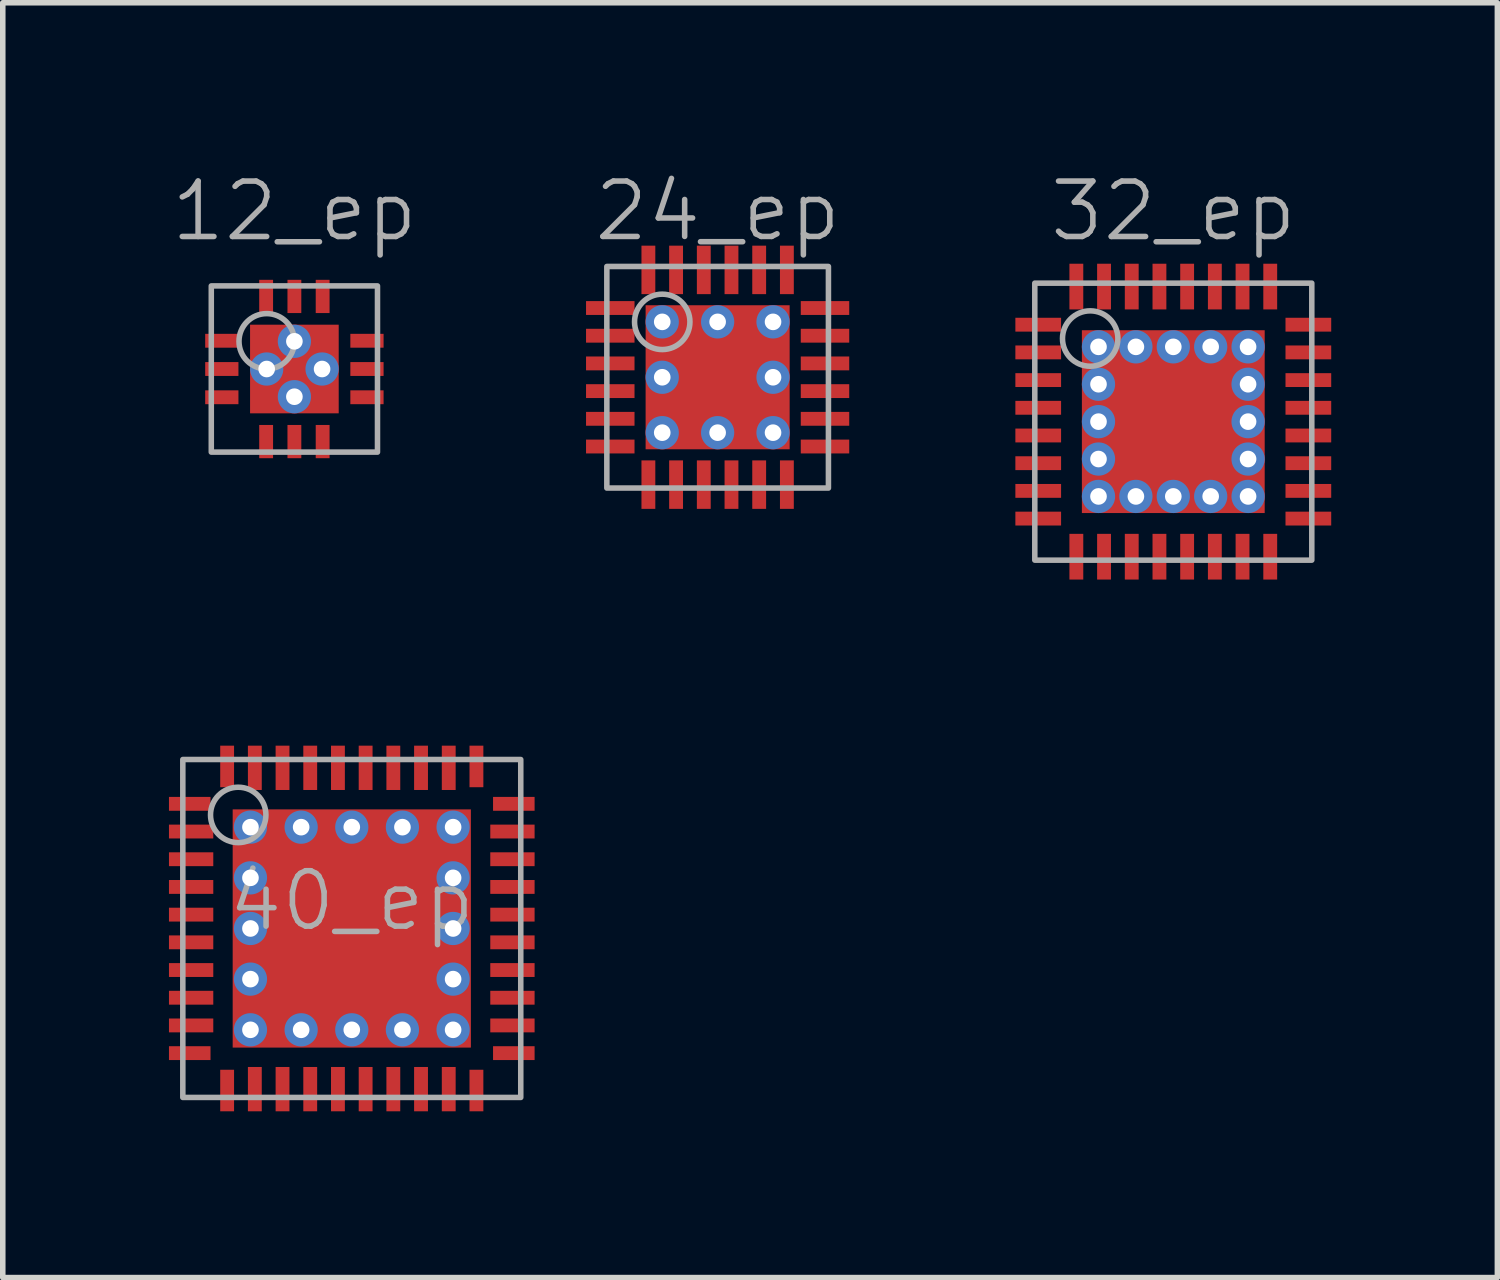
<source format=kicad_pcb>
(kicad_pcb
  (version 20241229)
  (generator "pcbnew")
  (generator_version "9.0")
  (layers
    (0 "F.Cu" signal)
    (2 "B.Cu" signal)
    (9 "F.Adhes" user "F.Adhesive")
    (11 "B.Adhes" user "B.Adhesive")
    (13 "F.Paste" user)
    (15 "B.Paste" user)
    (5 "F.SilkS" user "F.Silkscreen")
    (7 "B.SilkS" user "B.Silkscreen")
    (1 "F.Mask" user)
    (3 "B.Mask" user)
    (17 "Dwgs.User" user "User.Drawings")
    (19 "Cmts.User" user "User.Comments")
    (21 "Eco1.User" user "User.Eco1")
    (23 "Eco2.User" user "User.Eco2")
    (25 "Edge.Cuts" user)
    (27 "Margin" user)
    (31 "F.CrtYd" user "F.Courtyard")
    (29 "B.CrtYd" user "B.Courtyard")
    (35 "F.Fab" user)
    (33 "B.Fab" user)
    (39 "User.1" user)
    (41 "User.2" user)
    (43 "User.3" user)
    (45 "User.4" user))
  (footprint "24_ep"
    (layer "F.Cu")
    (at 9.904 3.76)
    (property "Reference" "24_ep" (at 0 -3 0) (layer "F.Fab") (effects (font (size 1 1) (thickness 0.1))))
    (attr smd)
    (fp_rect (start -2 2) (end 2 -2) (stroke (width 0.1) (type default)) (fill no) (layer "F.Fab"))
    (fp_circle (center -1 -1) (end -0.5 -1) (stroke (width 0.1) (type default)) (fill no) (layer "F.Fab"))
    (pad "1" smd rect (at -1.938 -1.25) (size 0.875 0.25) (layers "F.Cu" "F.Mask" "F.Paste"))
    (pad "2" smd rect (at -1.938 -0.75) (size 0.875 0.25) (layers "F.Cu" "F.Mask" "F.Paste"))
    (pad "3" smd rect (at -1.938 -0.25) (size 0.875 0.25) (layers "F.Cu" "F.Mask" "F.Paste"))
    (pad "4" smd rect (at -1.938 0.25) (size 0.875 0.25) (layers "F.Cu" "F.Mask" "F.Paste"))
    (pad "5" smd rect (at -1.938 0.75) (size 0.875 0.25) (layers "F.Cu" "F.Mask" "F.Paste"))
    (pad "6" smd rect (at -1.938 1.25) (size 0.875 0.25) (layers "F.Cu" "F.Mask" "F.Paste"))
    (pad "7" smd rect (at -1.25 1.938) (size 0.25 0.875) (layers "F.Cu" "F.Mask" "F.Paste"))
    (pad "8" smd rect (at -0.75 1.938) (size 0.25 0.875) (layers "F.Cu" "F.Mask" "F.Paste"))
    (pad "9" smd rect (at -0.25 1.938) (size 0.25 0.875) (layers "F.Cu" "F.Mask" "F.Paste"))
    (pad "10" smd rect (at 0.25 1.938) (size 0.25 0.875) (layers "F.Cu" "F.Mask" "F.Paste"))
    (pad "11" smd rect (at 0.75 1.938) (size 0.25 0.875) (layers "F.Cu" "F.Mask" "F.Paste"))
    (pad "12" smd rect (at 1.25 1.938) (size 0.25 0.875) (layers "F.Cu" "F.Mask" "F.Paste"))
    (pad "13" smd rect (at 1.938 1.25) (size 0.875 0.25) (layers "F.Cu" "F.Mask" "F.Paste"))
    (pad "14" smd rect (at 1.938 0.75) (size 0.875 0.25) (layers "F.Cu" "F.Mask" "F.Paste"))
    (pad "15" smd rect (at 1.938 0.25) (size 0.875 0.25) (layers "F.Cu" "F.Mask" "F.Paste"))
    (pad "16" smd rect (at 1.938 -0.25) (size 0.875 0.25) (layers "F.Cu" "F.Mask" "F.Paste"))
    (pad "17" smd rect (at 1.938 -0.75) (size 0.875 0.25) (layers "F.Cu" "F.Mask" "F.Paste"))
    (pad "18" smd rect (at 1.938 -1.25) (size 0.875 0.25) (layers "F.Cu" "F.Mask" "F.Paste"))
    (pad "19" smd rect (at 1.25 -1.938) (size 0.25 0.875) (layers "F.Cu" "F.Mask" "F.Paste"))
    (pad "20" smd rect (at 0.75 -1.938) (size 0.25 0.875) (layers "F.Cu" "F.Mask" "F.Paste"))
    (pad "21" smd rect (at 0.25 -1.938) (size 0.25 0.875) (layers "F.Cu" "F.Mask" "F.Paste"))
    (pad "22" smd rect (at -0.25 -1.938) (size 0.25 0.875) (layers "F.Cu" "F.Mask" "F.Paste"))
    (pad "23" smd rect (at -0.75 -1.938) (size 0.25 0.875) (layers "F.Cu" "F.Mask" "F.Paste"))
    (pad "24" smd rect (at -1.25 -1.938) (size 0.25 0.875) (layers "F.Cu" "F.Mask" "F.Paste"))
    (pad "25" thru_hole circle (at -1 -1) (size 0.6 0.6) (drill 0.3) (layers "*.Cu"))
    (pad "25" thru_hole circle (at -1 0) (size 0.6 0.6) (drill 0.3) (layers "*.Cu"))
    (pad "25" thru_hole circle (at -1 1) (size 0.6 0.6) (drill 0.3) (layers "*.Cu"))
    (pad "25" thru_hole circle (at 0 -1) (size 0.6 0.6) (drill 0.3) (layers "*.Cu"))
    (pad "25" smd rect (at 0 0) (size 2.6 2.6) (layers "F.Cu" "F.Mask" "F.Paste"))
    (pad "25" thru_hole circle (at 0 1) (size 0.6 0.6) (drill 0.3) (layers "*.Cu"))
    (pad "25" thru_hole circle (at 1 -1) (size 0.6 0.6) (drill 0.3) (layers "*.Cu"))
    (pad "25" thru_hole circle (at 1 0) (size 0.6 0.6) (drill 0.3) (layers "*.Cu"))
    (pad "25" thru_hole circle (at 1 1) (size 0.6 0.6) (drill 0.3) (layers "*.Cu")))
  (footprint "12_ep"
    (layer "F.Cu")
    (at 2.264 3.611)
    (property "Reference" "12_ep" (at 0 -2.85 0) (unlocked yes) (layer "F.Fab") (effects (font (size 1 1) (thickness 0.1))))
    (attr smd)
    (fp_rect (start -1.5 1.5) (end 1.5 -1.5) (stroke (width 0.1) (type default)) (fill no) (layer "F.Fab"))
    (fp_circle (center -0.5 -0.5) (end 0 -0.5) (stroke (width 0.1) (type default)) (fill no) (layer "F.Fab"))
    (pad "1" smd rect (at -1.31 -0.51) (size 0.6 0.25) (layers "F.Cu" "F.Mask" "F.Paste"))
    (pad "2" smd rect (at -1.31 0) (size 0.6 0.25) (layers "F.Cu" "F.Mask" "F.Paste"))
    (pad "3" smd rect (at -1.31 0.51) (size 0.6 0.25) (layers "F.Cu" "F.Mask" "F.Paste"))
    (pad "4" smd rect (at -0.51 1.31 90) (size 0.6 0.25) (layers "F.Cu" "F.Mask" "F.Paste"))
    (pad "5" smd rect (at 0 1.31 90) (size 0.6 0.25) (layers "F.Cu" "F.Mask" "F.Paste"))
    (pad "6" smd rect (at 0.51 1.31 90) (size 0.6 0.25) (layers "F.Cu" "F.Mask" "F.Paste"))
    (pad "7" smd rect (at 1.31 0.51 180) (size 0.6 0.25) (layers "F.Cu" "F.Mask" "F.Paste"))
    (pad "8" smd rect (at 1.31 0 180) (size 0.6 0.25) (layers "F.Cu" "F.Mask" "F.Paste"))
    (pad "9" smd rect (at 1.31 -0.51 180) (size 0.6 0.25) (layers "F.Cu" "F.Mask" "F.Paste"))
    (pad "10" smd rect (at 0.51 -1.31 270) (size 0.6 0.25) (layers "F.Cu" "F.Mask" "F.Paste"))
    (pad "11" smd rect (at 0 -1.31 270) (size 0.6 0.25) (layers "F.Cu" "F.Mask" "F.Paste"))
    (pad "12" smd rect (at -0.51 -1.31 270) (size 0.6 0.25) (layers "F.Cu" "F.Mask" "F.Paste"))
    (pad "13" thru_hole circle (at -0.5 0) (size 0.6 0.6) (drill 0.3) (layers "*.Cu"))
    (pad "13" thru_hole circle (at 0 -0.5) (size 0.6 0.6) (drill 0.3) (layers "*.Cu"))
    (pad "13" smd rect (at 0 0 270) (size 1.6 1.6) (layers "F.Cu" "F.Mask" "F.Paste"))
    (pad "13" thru_hole circle (at 0 0.5) (size 0.6 0.6) (drill 0.3) (layers "*.Cu"))
    (pad "13" thru_hole circle (at 0.5 0) (size 0.6 0.6) (drill 0.3) (layers "*.Cu")))
  (footprint "32_ep"
    (layer "F.Cu")
    (at 18.129 4.561)
    (property "Reference" "32_ep" (at 0 -3.8 0) (layer "F.Fab") (effects (font (size 1 1) (thickness 0.1))))
    (attr smd)
    (fp_rect (start -2.5 2.5) (end 2.5 -2.5) (stroke (width 0.1) (type default)) (fill no) (layer "F.Fab"))
    (fp_circle (center -1.5 -1.5) (end -1 -1.5) (stroke (width 0.1) (type default)) (fill no) (layer "F.Fab"))
    (pad "1" smd rect (at -2.438 -1.75) (size 0.825 0.25) (layers "F.Cu" "F.Mask" "F.Paste"))
    (pad "2" smd rect (at -2.438 -1.25) (size 0.825 0.25) (layers "F.Cu" "F.Mask" "F.Paste"))
    (pad "3" smd rect (at -2.438 -0.75) (size 0.825 0.25) (layers "F.Cu" "F.Mask" "F.Paste"))
    (pad "4" smd rect (at -2.438 -0.25) (size 0.825 0.25) (layers "F.Cu" "F.Mask" "F.Paste"))
    (pad "5" smd rect (at -2.438 0.25) (size 0.825 0.25) (layers "F.Cu" "F.Mask" "F.Paste"))
    (pad "6" smd rect (at -2.438 0.75) (size 0.825 0.25) (layers "F.Cu" "F.Mask" "F.Paste"))
    (pad "7" smd rect (at -2.438 1.25) (size 0.825 0.25) (layers "F.Cu" "F.Mask" "F.Paste"))
    (pad "8" smd rect (at -2.438 1.75) (size 0.825 0.25) (layers "F.Cu" "F.Mask" "F.Paste"))
    (pad "9" smd rect (at -1.75 2.438) (size 0.25 0.825) (layers "F.Cu" "F.Mask" "F.Paste"))
    (pad "10" smd rect (at -1.25 2.438) (size 0.25 0.825) (layers "F.Cu" "F.Mask" "F.Paste"))
    (pad "11" smd rect (at -0.75 2.438) (size 0.25 0.825) (layers "F.Cu" "F.Mask" "F.Paste"))
    (pad "12" smd rect (at -0.25 2.438) (size 0.25 0.825) (layers "F.Cu" "F.Mask" "F.Paste"))
    (pad "13" smd rect (at 0.25 2.438) (size 0.25 0.825) (layers "F.Cu" "F.Mask" "F.Paste"))
    (pad "14" smd rect (at 0.75 2.438) (size 0.25 0.825) (layers "F.Cu" "F.Mask" "F.Paste"))
    (pad "15" smd rect (at 1.25 2.438) (size 0.25 0.825) (layers "F.Cu" "F.Mask" "F.Paste"))
    (pad "16" smd rect (at 1.75 2.438) (size 0.25 0.825) (layers "F.Cu" "F.Mask" "F.Paste"))
    (pad "17" smd rect (at 2.438 1.75) (size 0.825 0.25) (layers "F.Cu" "F.Mask" "F.Paste"))
    (pad "18" smd rect (at 2.438 1.25) (size 0.825 0.25) (layers "F.Cu" "F.Mask" "F.Paste"))
    (pad "19" smd rect (at 2.438 0.75) (size 0.825 0.25) (layers "F.Cu" "F.Mask" "F.Paste"))
    (pad "20" smd rect (at 2.438 0.25) (size 0.825 0.25) (layers "F.Cu" "F.Mask" "F.Paste"))
    (pad "21" smd rect (at 2.438 -0.25) (size 0.825 0.25) (layers "F.Cu" "F.Mask" "F.Paste"))
    (pad "22" smd rect (at 2.438 -0.75) (size 0.825 0.25) (layers "F.Cu" "F.Mask" "F.Paste"))
    (pad "23" smd rect (at 2.438 -1.25) (size 0.825 0.25) (layers "F.Cu" "F.Mask" "F.Paste"))
    (pad "24" smd rect (at 2.438 -1.75) (size 0.825 0.25) (layers "F.Cu" "F.Mask" "F.Paste"))
    (pad "25" smd rect (at 1.75 -2.438) (size 0.25 0.825) (layers "F.Cu" "F.Mask" "F.Paste"))
    (pad "26" smd rect (at 1.25 -2.438) (size 0.25 0.825) (layers "F.Cu" "F.Mask" "F.Paste"))
    (pad "27" smd rect (at 0.75 -2.438) (size 0.25 0.825) (layers "F.Cu" "F.Mask" "F.Paste"))
    (pad "28" smd rect (at 0.25 -2.438) (size 0.25 0.825) (layers "F.Cu" "F.Mask" "F.Paste"))
    (pad "29" smd rect (at -0.25 -2.438) (size 0.25 0.825) (layers "F.Cu" "F.Mask" "F.Paste"))
    (pad "30" smd rect (at -0.75 -2.438) (size 0.25 0.825) (layers "F.Cu" "F.Mask" "F.Paste"))
    (pad "31" smd rect (at -1.25 -2.438) (size 0.25 0.825) (layers "F.Cu" "F.Mask" "F.Paste"))
    (pad "32" smd rect (at -1.75 -2.438) (size 0.25 0.825) (layers "F.Cu" "F.Mask" "F.Paste"))
    (pad "33" thru_hole circle (at -1.35 -1.35) (size 0.6 0.6) (drill 0.3) (layers "*.Cu"))
    (pad "33" thru_hole circle (at -1.35 -0.675) (size 0.6 0.6) (drill 0.3) (layers "*.Cu"))
    (pad "33" thru_hole circle (at -1.35 0) (size 0.6 0.6) (drill 0.3) (layers "*.Cu"))
    (pad "33" thru_hole circle (at -1.35 0.675) (size 0.6 0.6) (drill 0.3) (layers "*.Cu"))
    (pad "33" thru_hole circle (at -1.35 1.35) (size 0.6 0.6) (drill 0.3) (layers "*.Cu"))
    (pad "33" thru_hole circle (at -0.675 -1.35) (size 0.6 0.6) (drill 0.3) (layers "*.Cu"))
    (pad "33" thru_hole circle (at -0.675 1.35) (size 0.6 0.6) (drill 0.3) (layers "*.Cu"))
    (pad "33" thru_hole circle (at 0 -1.35) (size 0.6 0.6) (drill 0.3) (layers "*.Cu"))
    (pad "33" smd rect (at 0 0) (size 3.3 3.3) (layers "F.Cu" "F.Mask" "F.Paste"))
    (pad "33" thru_hole circle (at 0 1.35) (size 0.6 0.6) (drill 0.3) (layers "*.Cu"))
    (pad "33" thru_hole circle (at 0.675 -1.35) (size 0.6 0.6) (drill 0.3) (layers "*.Cu"))
    (pad "33" thru_hole circle (at 0.675 1.35) (size 0.6 0.6) (drill 0.3) (layers "*.Cu"))
    (pad "33" thru_hole circle (at 1.35 -1.35) (size 0.6 0.6) (drill 0.3) (layers "*.Cu"))
    (pad "33" thru_hole circle (at 1.35 -0.675) (size 0.6 0.6) (drill 0.3) (layers "*.Cu"))
    (pad "33" thru_hole circle (at 1.35 0) (size 0.6 0.6) (drill 0.3) (layers "*.Cu"))
    (pad "33" thru_hole circle (at 1.35 0.675) (size 0.6 0.6) (drill 0.3) (layers "*.Cu"))
    (pad "33" thru_hole circle (at 1.35 1.35) (size 0.6 0.6) (drill 0.3) (layers "*.Cu")))
  (footprint "40_ep"
    (layer "F.Cu")
    (at 3.3 13.71)
    (property "Reference" "40_ep" (at 0 -0.5 0) (unlocked yes) (layer "F.Fab") (effects (font (size 1 1) (thickness 0.1))))
    (attr smd)
    (fp_rect (start -3.05 3.05) (end 3.05 -3.05) (stroke (width 0.1) (type default)) (fill no) (layer "F.Fab"))
    (fp_circle (center -2.05 -2.05) (end -1.55 -2.05) (stroke (width 0.1) (type default)) (fill no) (layer "F.Fab"))
    (pad "1" smd rect (at -2.925 -2.25) (size 0.75 0.25) (layers "F.Cu" "F.Mask" "F.Paste"))
    (pad "2" smd rect (at -2.9 -1.75) (size 0.8 0.25) (layers "F.Cu" "F.Mask" "F.Paste"))
    (pad "3" smd rect (at -2.9 -1.25) (size 0.8 0.25) (layers "F.Cu" "F.Mask" "F.Paste"))
    (pad "4" smd rect (at -2.9 -0.75) (size 0.8 0.25) (layers "F.Cu" "F.Mask" "F.Paste"))
    (pad "5" smd rect (at -2.9 -0.25) (size 0.8 0.25) (layers "F.Cu" "F.Mask" "F.Paste"))
    (pad "6" smd rect (at -2.9 0.25) (size 0.8 0.25) (layers "F.Cu" "F.Mask" "F.Paste"))
    (pad "7" smd rect (at -2.9 0.75) (size 0.8 0.25) (layers "F.Cu" "F.Mask" "F.Paste"))
    (pad "8" smd rect (at -2.9 1.25) (size 0.8 0.25) (layers "F.Cu" "F.Mask" "F.Paste"))
    (pad "9" smd rect (at -2.9 1.75) (size 0.8 0.25) (layers "F.Cu" "F.Mask" "F.Paste"))
    (pad "10" smd rect (at -2.925 2.25) (size 0.75 0.25) (layers "F.Cu" "F.Mask" "F.Paste"))
    (pad "11" smd rect (at -2.25 2.925 270) (size 0.75 0.25) (layers "F.Cu" "F.Mask" "F.Paste"))
    (pad "12" smd rect (at -1.75 2.9 270) (size 0.8 0.25) (layers "F.Cu" "F.Mask" "F.Paste"))
    (pad "13" smd rect (at -1.25 2.9 270) (size 0.8 0.25) (layers "F.Cu" "F.Mask" "F.Paste"))
    (pad "14" smd rect (at -0.75 2.9 270) (size 0.8 0.25) (layers "F.Cu" "F.Mask" "F.Paste"))
    (pad "15" smd rect (at -0.25 2.9 270) (size 0.8 0.25) (layers "F.Cu" "F.Mask" "F.Paste"))
    (pad "16" smd rect (at 0.25 2.9 270) (size 0.8 0.25) (layers "F.Cu" "F.Mask" "F.Paste"))
    (pad "17" smd rect (at 0.75 2.9 270) (size 0.8 0.25) (layers "F.Cu" "F.Mask" "F.Paste"))
    (pad "18" smd rect (at 1.25 2.9 270) (size 0.8 0.25) (layers "F.Cu" "F.Mask" "F.Paste"))
    (pad "19" smd rect (at 1.75 2.9 270) (size 0.8 0.25) (layers "F.Cu" "F.Mask" "F.Paste"))
    (pad "20" smd rect (at 2.25 2.925 270) (size 0.75 0.25) (layers "F.Cu" "F.Mask" "F.Paste"))
    (pad "21" smd rect (at 2.925 2.25 180) (size 0.75 0.25) (layers "F.Cu" "F.Mask" "F.Paste"))
    (pad "22" smd rect (at 2.9 1.75 180) (size 0.8 0.25) (layers "F.Cu" "F.Mask" "F.Paste"))
    (pad "23" smd rect (at 2.9 1.25 180) (size 0.8 0.25) (layers "F.Cu" "F.Mask" "F.Paste"))
    (pad "24" smd rect (at 2.9 0.75 180) (size 0.8 0.25) (layers "F.Cu" "F.Mask" "F.Paste"))
    (pad "25" smd rect (at 2.9 0.25 180) (size 0.8 0.25) (layers "F.Cu" "F.Mask" "F.Paste"))
    (pad "26" smd rect (at 2.9 -0.25 180) (size 0.8 0.25) (layers "F.Cu" "F.Mask" "F.Paste"))
    (pad "27" smd rect (at 2.9 -0.75 180) (size 0.8 0.25) (layers "F.Cu" "F.Mask" "F.Paste"))
    (pad "28" smd rect (at 2.9 -1.25 180) (size 0.8 0.25) (layers "F.Cu" "F.Mask" "F.Paste"))
    (pad "29" smd rect (at 2.9 -1.75 180) (size 0.8 0.25) (layers "F.Cu" "F.Mask" "F.Paste"))
    (pad "30" smd rect (at 2.925 -2.25 180) (size 0.75 0.25) (layers "F.Cu" "F.Mask" "F.Paste"))
    (pad "31" smd rect (at 2.25 -2.925 90) (size 0.75 0.25) (layers "F.Cu" "F.Mask" "F.Paste"))
    (pad "32" smd rect (at 1.75 -2.9 90) (size 0.8 0.25) (layers "F.Cu" "F.Mask" "F.Paste"))
    (pad "33" smd rect (at 1.25 -2.9 90) (size 0.8 0.25) (layers "F.Cu" "F.Mask" "F.Paste"))
    (pad "34" smd rect (at 0.75 -2.9 90) (size 0.8 0.25) (layers "F.Cu" "F.Mask" "F.Paste"))
    (pad "35" smd rect (at 0.25 -2.9 90) (size 0.8 0.25) (layers "F.Cu" "F.Mask" "F.Paste"))
    (pad "36" smd rect (at -0.25 -2.9 90) (size 0.8 0.25) (layers "F.Cu" "F.Mask" "F.Paste"))
    (pad "37" smd rect (at -0.75 -2.9 90) (size 0.8 0.25) (layers "F.Cu" "F.Mask" "F.Paste"))
    (pad "38" smd rect (at -1.25 -2.9 90) (size 0.8 0.25) (layers "F.Cu" "F.Mask" "F.Paste"))
    (pad "39" smd rect (at -1.75 -2.9 90) (size 0.8 0.25) (layers "F.Cu" "F.Mask" "F.Paste"))
    (pad "40" smd rect (at -2.25 -2.925 90) (size 0.75 0.25) (layers "F.Cu" "F.Mask" "F.Paste"))
    (pad "41" thru_hole circle (at -1.829 -1.829) (size 0.6 0.6) (drill 0.3) (layers "*.Cu"))
    (pad "41" thru_hole circle (at -1.829 -0.914) (size 0.6 0.6) (drill 0.3) (layers "*.Cu"))
    (pad "41" thru_hole circle (at -1.829 0) (size 0.6 0.6) (drill 0.3) (layers "*.Cu"))
    (pad "41" thru_hole circle (at -1.829 0.914) (size 0.6 0.6) (drill 0.3) (layers "*.Cu"))
    (pad "41" thru_hole circle (at -1.829 1.829) (size 0.6 0.6) (drill 0.3) (layers "*.Cu"))
    (pad "41" thru_hole circle (at -0.914 -1.829) (size 0.6 0.6) (drill 0.3) (layers "*.Cu"))
    (pad "41" thru_hole circle (at -0.914 1.829) (size 0.6 0.6) (drill 0.3) (layers "*.Cu"))
    (pad "41" thru_hole circle (at 0 -1.829) (size 0.6 0.6) (drill 0.3) (layers "*.Cu"))
    (pad "41" smd rect (at 0 0) (size 4.3 4.3) (layers "F.Cu" "F.Mask" "F.Paste"))
    (pad "41" thru_hole circle (at 0 1.829) (size 0.6 0.6) (drill 0.3) (layers "*.Cu"))
    (pad "41" thru_hole circle (at 0.914 -1.829) (size 0.6 0.6) (drill 0.3) (layers "*.Cu"))
    (pad "41" thru_hole circle (at 0.914 1.829) (size 0.6 0.6) (drill 0.3) (layers "*.Cu"))
    (pad "41" thru_hole circle (at 1.829 -1.829) (size 0.6 0.6) (drill 0.3) (layers "*.Cu"))
    (pad "41" thru_hole circle (at 1.829 -0.914) (size 0.6 0.6) (drill 0.3) (layers "*.Cu"))
    (pad "41" thru_hole circle (at 1.829 0) (size 0.6 0.6) (drill 0.3) (layers "*.Cu"))
    (pad "41" thru_hole circle (at 1.829 0.914) (size 0.6 0.6) (drill 0.3) (layers "*.Cu"))
    (pad "41" thru_hole circle (at 1.829 1.829) (size 0.6 0.6) (drill 0.3) (layers "*.Cu")))
  (gr_rect
    (start -3 -3)
    (end 23.979 20.011)
    (stroke (width 0.1) (type default))
    (fill no)
    (layer "Edge.Cuts")))
</source>
